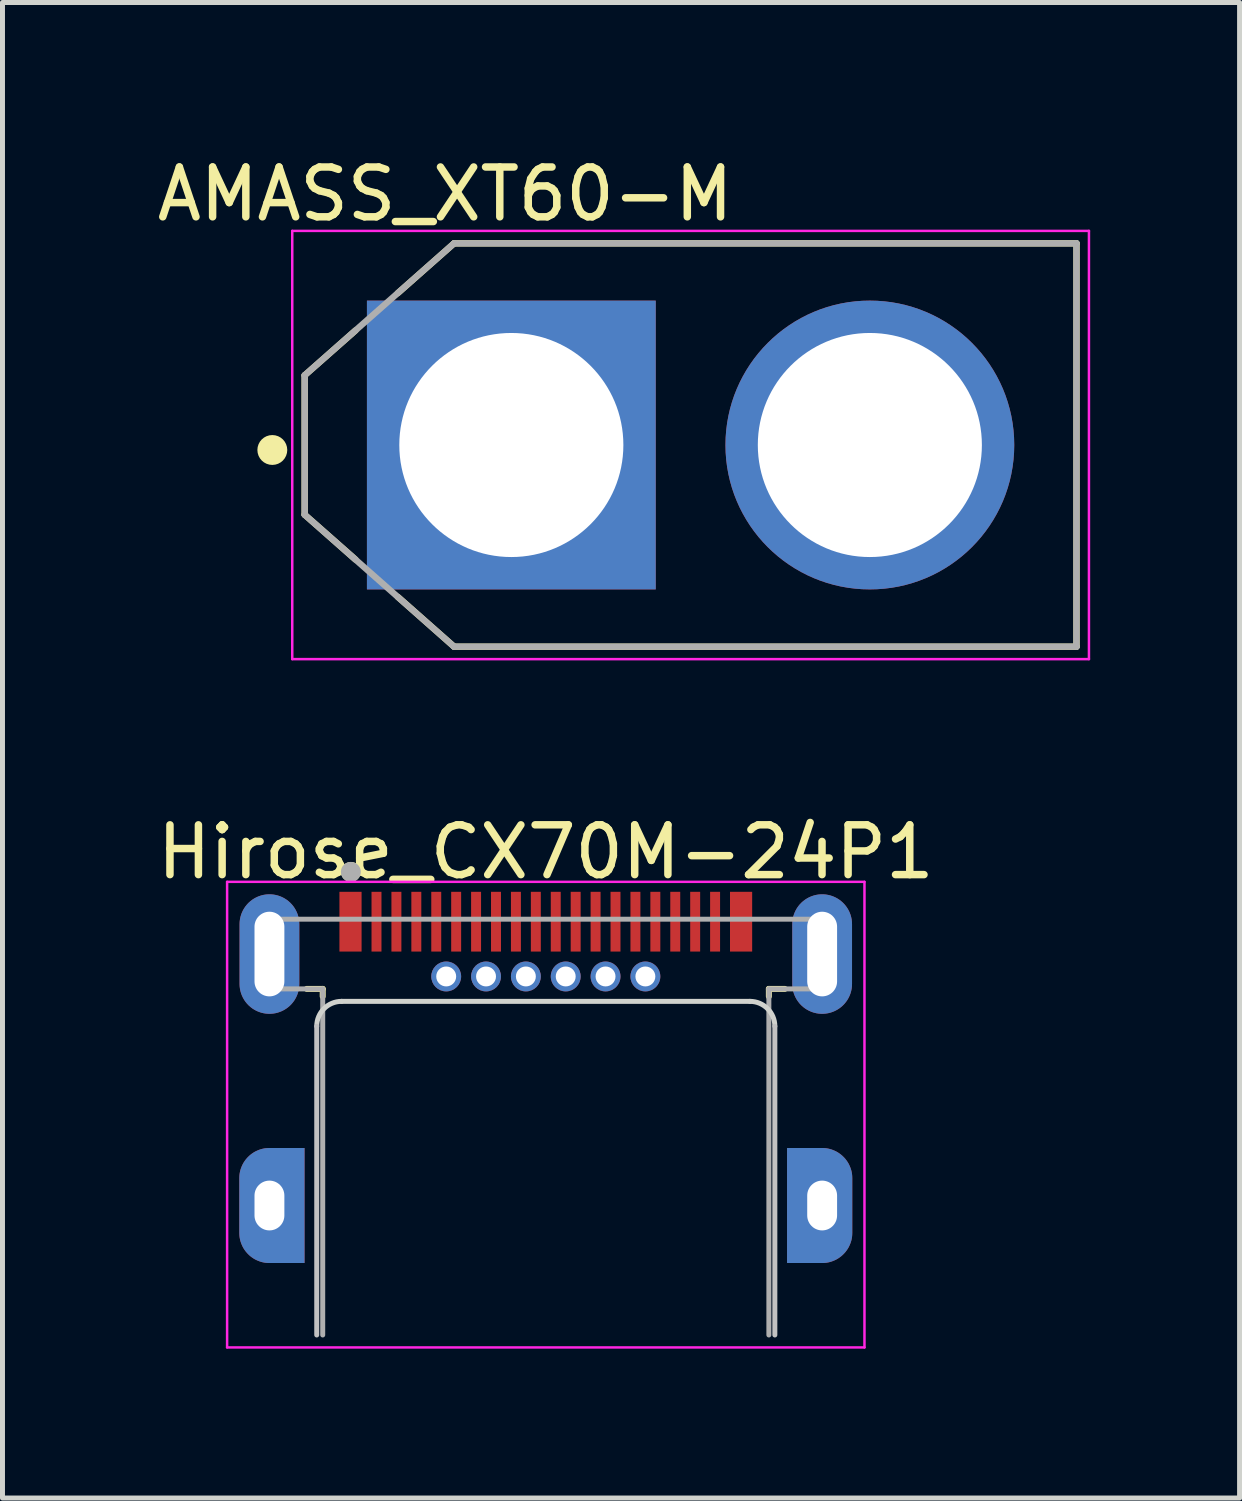
<source format=kicad_pcb>
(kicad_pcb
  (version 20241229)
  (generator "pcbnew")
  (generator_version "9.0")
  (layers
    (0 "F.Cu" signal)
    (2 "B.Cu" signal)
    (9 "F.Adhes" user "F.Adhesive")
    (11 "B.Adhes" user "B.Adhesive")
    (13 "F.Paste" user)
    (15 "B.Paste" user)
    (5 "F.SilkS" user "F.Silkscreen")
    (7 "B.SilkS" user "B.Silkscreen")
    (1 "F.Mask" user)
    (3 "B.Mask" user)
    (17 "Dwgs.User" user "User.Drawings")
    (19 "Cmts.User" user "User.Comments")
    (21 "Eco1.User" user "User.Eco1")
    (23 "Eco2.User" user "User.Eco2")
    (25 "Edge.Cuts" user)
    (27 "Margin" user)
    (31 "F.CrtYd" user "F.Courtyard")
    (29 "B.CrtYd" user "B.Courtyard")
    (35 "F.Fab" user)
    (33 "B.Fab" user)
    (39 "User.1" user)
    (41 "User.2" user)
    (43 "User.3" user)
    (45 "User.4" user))
  (footprint "AMASS_XT60-M"
    (layer "F.Cu")
    (at 10.819 5.887)
    (property "Reference" "AMASS_XT60-M" (at -4.928 -5.038 0) (layer "F.SilkS") (effects (font (size 1.001 1.001) (thickness 0.15))))
    (attr through_hole)
    (fp_line (start -7.75 -1.4) (end -6.73 -2.3) (stroke (width 0.127) (type solid)) (layer "F.SilkS"))
    (fp_line (start -7.75 1.4) (end -7.75 -1.4) (stroke (width 0.127) (type solid)) (layer "F.SilkS"))
    (fp_line (start -7.75 1.4) (end -6.73 2.3) (stroke (width 0.127) (type solid)) (layer "F.SilkS"))
    (fp_line (start -4.75 -4.05) (end -5.88 -3.05) (stroke (width 0.127) (type solid)) (layer "F.SilkS"))
    (fp_line (start -4.75 -4.05) (end 7.75 -4.05) (stroke (width 0.127) (type solid)) (layer "F.SilkS"))
    (fp_line (start -4.75 4.05) (end -5.88 3.05) (stroke (width 0.127) (type solid)) (layer "F.SilkS"))
    (fp_line (start 7.75 -4.05) (end 7.75 4.05) (stroke (width 0.127) (type solid)) (layer "F.SilkS"))
    (fp_line (start 7.75 4.05) (end -4.75 4.05) (stroke (width 0.127) (type solid)) (layer "F.SilkS"))
    (fp_circle (center -8.4 0.1) (end -8.25 0.1) (stroke (width 0.3) (type solid)) (fill no) (layer "F.SilkS"))
    (fp_line (start -8 -4.3) (end 8 -4.3) (stroke (width 0.05) (type solid)) (layer "F.CrtYd"))
    (fp_line (start -8 4.3) (end -8 -4.3) (stroke (width 0.05) (type solid)) (layer "F.CrtYd"))
    (fp_line (start 8 -4.3) (end 8 4.3) (stroke (width 0.05) (type solid)) (layer "F.CrtYd"))
    (fp_line (start 8 4.3) (end -8 4.3) (stroke (width 0.05) (type solid)) (layer "F.CrtYd"))
    (fp_line (start -7.75 1.4) (end -7.75 -1.4) (stroke (width 0.127) (type solid)) (layer "F.Fab"))
    (fp_line (start -4.75 -4.05) (end -7.75 -1.4) (stroke (width 0.127) (type solid)) (layer "F.Fab"))
    (fp_line (start -4.75 -4.05) (end 7.75 -4.05) (stroke (width 0.127) (type solid)) (layer "F.Fab"))
    (fp_line (start -4.75 4.05) (end -7.75 1.4) (stroke (width 0.127) (type solid)) (layer "F.Fab"))
    (fp_line (start 7.75 -4.05) (end 7.75 4.05) (stroke (width 0.127) (type solid)) (layer "F.Fab"))
    (fp_line (start 7.75 4.05) (end -4.75 4.05) (stroke (width 0.127) (type solid)) (layer "F.Fab"))
    (pad "1" thru_hole rect (at -3.6 0) (size 5.8 5.8) (drill 4.5) (layers "*.Cu" "*.Mask"))
    (pad "2" thru_hole circle (at 3.6 0) (size 5.8 5.8) (drill 4.5) (layers "*.Cu" "*.Mask")))
  (footprint "Hirose_CX70M-24P1"
    (layer "F.Cu")
    (at 7.911 21.16)
    (property "Reference" "Hirose_CX70M-24P1" (at 0 -7.1 0) (layer "F.SilkS") (effects (font (size 1 1) (thickness 0.15))))
    (attr smd)
    (fp_line (start -4.8 -4.35) (end -4.48 -4.35) (stroke (width 0.12) (type solid)) (layer "F.SilkS"))
    (fp_line (start -4.48 -4.35) (end -4.48 -4.2) (stroke (width 0.12) (type solid)) (layer "F.SilkS"))
    (fp_line (start 4.48 -4.35) (end 4.48 -4.2) (stroke (width 0.12) (type solid)) (layer "F.SilkS"))
    (fp_line (start 4.48 -4.35) (end 4.8 -4.35) (stroke (width 0.12) (type solid)) (layer "F.SilkS"))
    (fp_circle (center -3.915 -6.7) (end -3.815 -6.7) (stroke (width 0.2) (type solid)) (fill no) (layer "F.SilkS"))
    (fp_line (start -4.6 -3.6) (end -4.6 2.6) (stroke (width 0.1) (type default)) (layer "Dwgs.User"))
    (fp_line (start 4.6 -3.6) (end 4.6 2.6) (stroke (width 0.1) (type default)) (layer "Dwgs.User"))
    (fp_line (start -4.1 -4.1) (end 4.1 -4.1) (stroke (width 0.1) (type solid)) (layer "Edge.Cuts"))
    (fp_arc (start -4.6 -3.6) (mid -4.453553 -3.953553) (end -4.1 -4.1) (stroke (width 0.1) (type default)) (layer "Edge.Cuts"))
    (fp_arc (start 4.1 -4.1) (mid 4.453553 -3.953553) (end 4.6 -3.6) (stroke (width 0.1) (type default)) (layer "Edge.Cuts"))
    (fp_line (start -6.4 -6.5) (end -6.4 2.85) (stroke (width 0.05) (type solid)) (layer "F.CrtYd"))
    (fp_line (start -6.4 2.85) (end 6.4 2.85) (stroke (width 0.05) (type solid)) (layer "F.CrtYd"))
    (fp_line (start 6.4 -6.5) (end -6.4 -6.5) (stroke (width 0.05) (type solid)) (layer "F.CrtYd"))
    (fp_line (start 6.4 2.85) (end 6.4 -6.5) (stroke (width 0.05) (type solid)) (layer "F.CrtYd"))
    (fp_line (start -5.7 -5.75) (end -5.7 -4.35) (stroke (width 0.1) (type solid)) (layer "F.Fab"))
    (fp_line (start -5.7 -5.75) (end 5.7 -5.75) (stroke (width 0.1) (type solid)) (layer "F.Fab"))
    (fp_line (start -5.7 -4.35) (end -4.48 -4.35) (stroke (width 0.1) (type solid)) (layer "F.Fab"))
    (fp_line (start -4.48 2.6) (end -4.48 -4.35) (stroke (width 0.1) (type solid)) (layer "F.Fab"))
    (fp_line (start 4.48 -4.35) (end 4.48 2.6) (stroke (width 0.1) (type solid)) (layer "F.Fab"))
    (fp_line (start 4.48 -4.35) (end 5.7 -4.35) (stroke (width 0.1) (type solid)) (layer "F.Fab"))
    (fp_line (start 5.7 -5.75) (end 5.7 -4.35) (stroke (width 0.1) (type solid)) (layer "F.Fab"))
    (fp_circle (center -3.915 -6.7) (end -3.815 -6.7) (stroke (width 0.2) (type solid)) (fill no) (layer "F.Fab"))
    (pad "A1" smd rect (at -2.2 -5.7) (size 0.2 1.2) (layers "F.Cu" "F.Mask" "F.Paste"))
    (pad "A2" smd rect (at -1.8 -5.7) (size 0.2 1.2) (layers "F.Cu" "F.Mask" "F.Paste"))
    (pad "A3" smd rect (at -1.4 -5.7) (size 0.2 1.2) (layers "F.Cu" "F.Mask" "F.Paste"))
    (pad "A4" smd rect (at -1 -5.7) (size 0.2 1.2) (layers "F.Cu" "F.Mask" "F.Paste"))
    (pad "A5" smd rect (at -0.6 -5.7) (size 0.2 1.2) (layers "F.Cu" "F.Mask" "F.Paste"))
    (pad "A6" smd rect (at -0.2 -5.7) (size 0.2 1.2) (layers "F.Cu" "F.Mask" "F.Paste"))
    (pad "A7" smd rect (at 0.2 -5.7) (size 0.2 1.2) (layers "F.Cu" "F.Mask" "F.Paste"))
    (pad "A8" smd rect (at 0.6 -5.7) (size 0.2 1.2) (layers "F.Cu" "F.Mask" "F.Paste"))
    (pad "A9" smd rect (at 1 -5.7) (size 0.2 1.2) (layers "F.Cu" "F.Mask" "F.Paste"))
    (pad "A10" smd rect (at 1.4 -5.7) (size 0.2 1.2) (layers "F.Cu" "F.Mask" "F.Paste"))
    (pad "A11" smd rect (at 1.8 -5.7) (size 0.2 1.2) (layers "F.Cu" "F.Mask" "F.Paste"))
    (pad "A12" smd rect (at 2.2 -5.7) (size 0.2 1.2) (layers "F.Cu" "F.Mask" "F.Paste"))
    (pad "B1" smd rect (at 3.4 -5.7) (size 0.2 1.2) (layers "F.Cu" "F.Mask" "F.Paste"))
    (pad "B2" smd rect (at 3 -5.7) (size 0.2 1.2) (layers "F.Cu" "F.Mask" "F.Paste"))
    (pad "B3" smd rect (at 2.6 -5.7) (size 0.2 1.2) (layers "F.Cu" "F.Mask" "F.Paste"))
    (pad "B4" thru_hole circle (at 2 -4.6) (size 0.6 0.6) (drill 0.4) (layers "*.Cu" "*.Paste" "*.Mask"))
    (pad "B5" thru_hole circle (at 1.2 -4.6) (size 0.6 0.6) (drill 0.4) (layers "*.Cu" "*.Paste" "*.Mask"))
    (pad "B6" thru_hole circle (at 0.4 -4.6) (size 0.6 0.6) (drill 0.4) (layers "*.Cu" "*.Paste" "*.Mask"))
    (pad "B7" thru_hole circle (at -0.4 -4.6) (size 0.6 0.6) (drill 0.4) (layers "*.Cu" "*.Paste" "*.Mask"))
    (pad "B8" thru_hole circle (at -1.2 -4.6) (size 0.6 0.6) (drill 0.4) (layers "*.Cu" "*.Paste" "*.Mask"))
    (pad "B9" thru_hole circle (at -2 -4.6) (size 0.6 0.6) (drill 0.4) (layers "*.Cu" "*.Paste" "*.Mask"))
    (pad "B10" smd rect (at -2.6 -5.7) (size 0.2 1.2) (layers "F.Cu" "F.Mask" "F.Paste"))
    (pad "B11" smd rect (at -3 -5.7) (size 0.2 1.2) (layers "F.Cu" "F.Mask" "F.Paste"))
    (pad "B12" smd rect (at -3.4 -5.7) (size 0.2 1.2) (layers "F.Cu" "F.Mask" "F.Paste"))
    (pad "S1" thru_hole oval (at -5.55 -5.05) (size 1.2 2.4) (drill oval 0.6 1.7) (layers "*.Cu" "*.Paste" "*.Mask"))
    (pad "S1" thru_hole custom (at -5.55 0) (size 1 1) (drill oval 0.6 1.7) (layers "*.Cu" "*.Paste" "*.Mask") (options (anchor circle)) (primitives (gr_poly (pts (xy 0.48 0.641) (xy 0.421 0.77) (xy 0.327 0.878) (xy 0.208 0.955) (xy 0.071 0.995) (xy -0.071 0.995) (xy -0.208 0.955) (xy -0.327 0.878) (xy -0.421 0.77) (xy -0.48 0.641) (xy -0.5 0.5) (xy -0.5 -0.5) (xy -0.48 -0.641) (xy -0.421 -0.77) (xy -0.327 -0.878) (xy -0.208 -0.955) (xy -0.071 -0.995) (xy 0.071 -0.995) (xy 0.208 -0.955) (xy 0.327 -0.878) (xy 0.421 -0.77) (xy 0.48 -0.641) (xy 0.5 -0.5) (xy 0.5 0.5)) (width 0) (fill yes)) (gr_poly (pts (xy 0.7 1.15) (xy 0 1.15) (xy -0.031 1.149) (xy -0.063 1.147) (xy -0.094 1.143) (xy -0.125 1.137) (xy -0.155 1.13) (xy -0.185 1.121) (xy -0.215 1.11) (xy -0.244 1.098) (xy -0.272 1.085) (xy -0.3 1.07) (xy -0.327 1.053) (xy -0.353 1.035) (xy -0.378 1.016) (xy -0.401 0.996) (xy -0.424 0.974) (xy -0.446 0.951) (xy -0.466 0.928) (xy -0.485 0.903) (xy -0.503 0.877) (xy -0.52 0.85) (xy -0.535 0.822) (xy -0.548 0.794) (xy -0.56 0.765) (xy -0.571 0.735) (xy -0.58 0.705) (xy -0.587 0.675) (xy -0.593 0.644) (xy -0.597 0.613) (xy -0.599 0.581) (xy -0.6 0.55) (xy -0.6 -0.55) (xy -0.599 -0.581) (xy -0.597 -0.613) (xy -0.593 -0.644) (xy -0.587 -0.675) (xy -0.58 -0.705) (xy -0.571 -0.735) (xy -0.56 -0.765) (xy -0.548 -0.794) (xy -0.535 -0.822) (xy -0.52 -0.85) (xy -0.503 -0.877) (xy -0.485 -0.903) (xy -0.466 -0.928) (xy -0.446 -0.951) (xy -0.424 -0.974) (xy -0.401 -0.996) (xy -0.378 -1.016) (xy -0.353 -1.035) (xy -0.327 -1.053) (xy -0.3 -1.07) (xy -0.272 -1.085) (xy -0.244 -1.098) (xy -0.215 -1.11) (xy -0.185 -1.121) (xy -0.155 -1.13) (xy -0.125 -1.137) (xy -0.094 -1.143) (xy -0.063 -1.147) (xy -0.031 -1.149) (xy 0 -1.15) (xy 0.7 -1.15) (xy 0.7 1.15)) (width 0.01) (fill yes))))
    (pad "S1" smd rect (at -3.922 -5.7) (size 0.445 1.2) (layers "F.Cu" "F.Mask" "F.Paste"))
    (pad "S1" smd rect (at 3.922 -5.7) (size 0.445 1.2) (layers "F.Cu" "F.Mask" "F.Paste"))
    (pad "S1" thru_hole oval (at 5.55 -5.05) (size 1.2 2.4) (drill oval 0.6 1.7) (layers "*.Cu" "*.Paste" "*.Mask"))
    (pad "S1" thru_hole custom (at 5.55 0) (size 1 1) (drill oval 0.6 1.7) (layers "*.Cu" "*.Paste" "*.Mask") (options (anchor circle)) (primitives (gr_poly (pts (xy 0.48 0.641) (xy 0.421 0.77) (xy 0.327 0.878) (xy 0.208 0.955) (xy 0.071 0.995) (xy -0.071 0.995) (xy -0.208 0.955) (xy -0.327 0.878) (xy -0.421 0.77) (xy -0.48 0.641) (xy -0.5 0.5) (xy -0.5 -0.5) (xy -0.48 -0.641) (xy -0.421 -0.77) (xy -0.327 -0.878) (xy -0.208 -0.955) (xy -0.071 -0.995) (xy 0.071 -0.995) (xy 0.208 -0.955) (xy 0.327 -0.878) (xy 0.421 -0.77) (xy 0.48 -0.641) (xy 0.5 -0.5) (xy 0.5 0.5)) (width 0) (fill yes)) (gr_poly (pts (xy -0.7 -1.15) (xy 0 -1.15) (xy 0.031 -1.149) (xy 0.063 -1.147) (xy 0.094 -1.143) (xy 0.125 -1.137) (xy 0.155 -1.13) (xy 0.185 -1.121) (xy 0.215 -1.11) (xy 0.244 -1.098) (xy 0.272 -1.085) (xy 0.3 -1.07) (xy 0.327 -1.053) (xy 0.353 -1.035) (xy 0.378 -1.016) (xy 0.401 -0.996) (xy 0.424 -0.974) (xy 0.446 -0.951) (xy 0.466 -0.928) (xy 0.485 -0.903) (xy 0.503 -0.877) (xy 0.52 -0.85) (xy 0.535 -0.822) (xy 0.548 -0.794) (xy 0.56 -0.765) (xy 0.571 -0.735) (xy 0.58 -0.705) (xy 0.587 -0.675) (xy 0.593 -0.644) (xy 0.597 -0.613) (xy 0.599 -0.581) (xy 0.6 -0.55) (xy 0.6 0.55) (xy 0.599 0.581) (xy 0.597 0.613) (xy 0.593 0.644) (xy 0.587 0.675) (xy 0.58 0.705) (xy 0.571 0.735) (xy 0.56 0.765) (xy 0.548 0.794) (xy 0.535 0.822) (xy 0.52 0.85) (xy 0.503 0.877) (xy 0.485 0.903) (xy 0.466 0.928) (xy 0.446 0.951) (xy 0.424 0.974) (xy 0.401 0.996) (xy 0.378 1.016) (xy 0.353 1.035) (xy 0.327 1.053) (xy 0.3 1.07) (xy 0.272 1.085) (xy 0.244 1.098) (xy 0.215 1.11) (xy 0.185 1.121) (xy 0.155 1.13) (xy 0.125 1.137) (xy 0.094 1.143) (xy 0.063 1.147) (xy 0.031 1.149) (xy 0 1.15) (xy -0.7 1.15) (xy -0.7 -1.15)) (width 0.01) (fill yes)))))
  (gr_rect
    (start -3 -3)
    (end 21.844 27.035)
    (stroke (width 0.1) (type default))
    (fill no)
    (layer "Edge.Cuts")))
</source>
